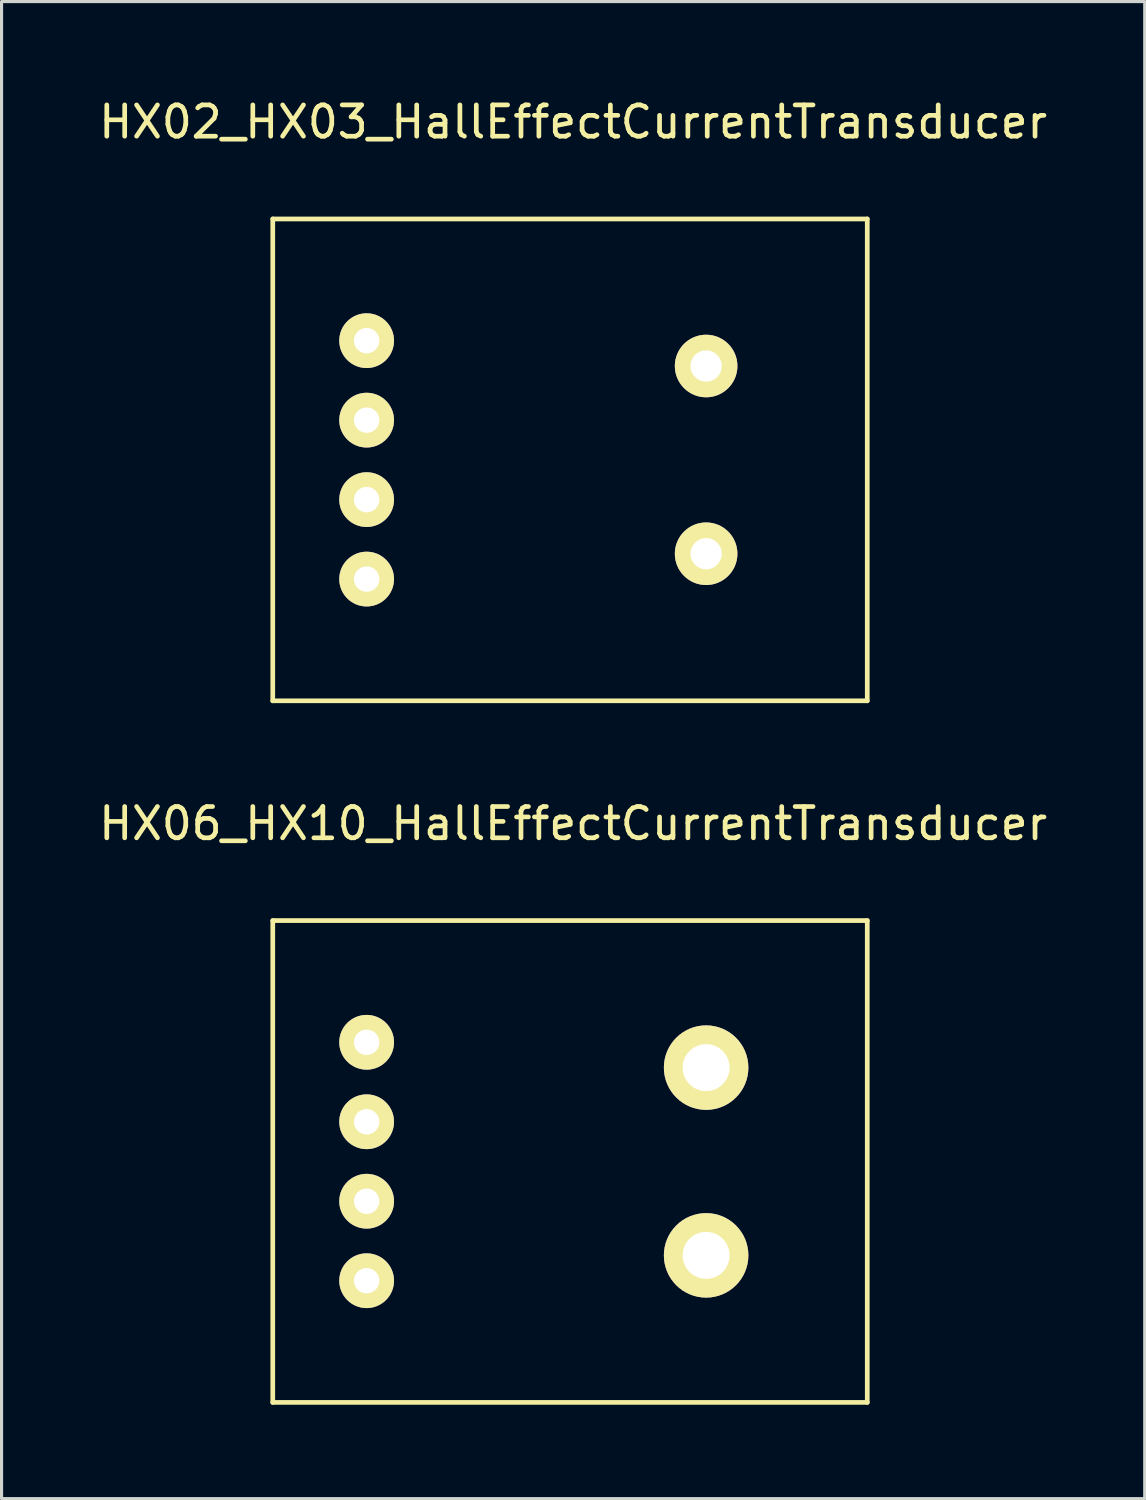
<source format=kicad_pcb>
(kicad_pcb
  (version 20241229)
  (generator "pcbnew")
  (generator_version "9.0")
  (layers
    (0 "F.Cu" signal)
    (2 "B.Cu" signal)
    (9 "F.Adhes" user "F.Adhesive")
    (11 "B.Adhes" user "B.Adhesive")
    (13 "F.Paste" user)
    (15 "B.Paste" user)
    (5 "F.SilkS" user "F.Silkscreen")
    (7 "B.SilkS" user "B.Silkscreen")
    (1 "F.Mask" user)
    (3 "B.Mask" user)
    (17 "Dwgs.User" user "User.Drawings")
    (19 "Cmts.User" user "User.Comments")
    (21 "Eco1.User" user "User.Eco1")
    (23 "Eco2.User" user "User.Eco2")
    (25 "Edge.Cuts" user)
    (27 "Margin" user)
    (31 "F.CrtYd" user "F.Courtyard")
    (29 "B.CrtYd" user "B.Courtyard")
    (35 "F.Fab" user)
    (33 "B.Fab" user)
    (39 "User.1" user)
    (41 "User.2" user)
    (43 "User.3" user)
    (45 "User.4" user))
  (footprint "HX06_HX10_HallEffectCurrentTransducer"
    (layer "F.Cu")
    (at 15.168 34.072)
    (property "Reference" "HX06_HX10_HallEffectCurrentTransducer" (at 0.1 -10.8 0) (layer "F.SilkS") (effects (font (size 1 1) (thickness 0.15))))
    (attr through_hole)
    (fp_line (start -9.5 -7.7) (end -9.5 7.7) (stroke (width 0.15) (type solid)) (layer "F.SilkS"))
    (fp_line (start -9.5 7.7) (end 9.5 7.7) (stroke (width 0.15) (type solid)) (layer "F.SilkS"))
    (fp_line (start 9.5 -7.7) (end -9.5 -7.7) (stroke (width 0.15) (type solid)) (layer "F.SilkS"))
    (fp_line (start 9.5 7.7) (end 9.5 -7.7) (stroke (width 0.15) (type solid)) (layer "F.SilkS"))
    (pad "1" thru_hole circle (at -6.5 -3.81) (size 1.75 1.75) (drill 0.813) (layers "*.Cu" "*.Mask" "F.SilkS"))
    (pad "2" thru_hole circle (at -6.5 -1.27) (size 1.75 1.75) (drill 0.813) (layers "*.Cu" "*.Mask" "F.SilkS"))
    (pad "3" thru_hole circle (at -6.5 1.27) (size 1.75 1.75) (drill 0.813) (layers "*.Cu" "*.Mask" "F.SilkS"))
    (pad "4" thru_hole circle (at -6.5 3.81) (size 1.75 1.75) (drill 0.813) (layers "*.Cu" "*.Mask" "F.SilkS"))
    (pad "5" thru_hole circle (at 4.35 -3) (size 2.7 2.7) (drill 1.5) (layers "*.Cu" "*.Mask" "F.SilkS"))
    (pad "6" thru_hole circle (at 4.35 3) (size 2.7 2.7) (drill 1.5) (layers "*.Cu" "*.Mask" "F.SilkS")))
  (footprint "HX02_HX03_HallEffectCurrentTransducer"
    (layer "F.Cu")
    (at 15.168 11.648)
    (property "Reference" "HX02_HX03_HallEffectCurrentTransducer" (at 0.1 -10.8 0) (layer "F.SilkS") (effects (font (size 1 1) (thickness 0.15))))
    (attr through_hole)
    (fp_line (start -9.5 -7.7) (end -9.5 7.7) (stroke (width 0.15) (type solid)) (layer "F.SilkS"))
    (fp_line (start -9.5 7.7) (end 9.5 7.7) (stroke (width 0.15) (type solid)) (layer "F.SilkS"))
    (fp_line (start 9.5 -7.7) (end -9.5 -7.7) (stroke (width 0.15) (type solid)) (layer "F.SilkS"))
    (fp_line (start 9.5 7.7) (end 9.5 -7.7) (stroke (width 0.15) (type solid)) (layer "F.SilkS"))
    (pad "1" thru_hole circle (at -6.5 -3.81) (size 1.75 1.75) (drill 0.813) (layers "*.Cu" "*.Mask" "F.SilkS"))
    (pad "2" thru_hole circle (at -6.5 -1.27) (size 1.75 1.75) (drill 0.813) (layers "*.Cu" "*.Mask" "F.SilkS"))
    (pad "3" thru_hole circle (at -6.5 1.27) (size 1.75 1.75) (drill 0.813) (layers "*.Cu" "*.Mask" "F.SilkS"))
    (pad "4" thru_hole circle (at -6.5 3.81) (size 1.75 1.75) (drill 0.813) (layers "*.Cu" "*.Mask" "F.SilkS"))
    (pad "5" thru_hole circle (at 4.35 -3) (size 2 2) (drill 1) (layers "*.Cu" "*.Mask" "F.SilkS"))
    (pad "6" thru_hole circle (at 4.35 3) (size 2 2) (drill 1) (layers "*.Cu" "*.Mask" "F.SilkS")))
  (gr_rect
    (start -3 -3)
    (end 33.536 44.846)
    (stroke (width 0.1) (type default))
    (fill no)
    (layer "Edge.Cuts")))
</source>
